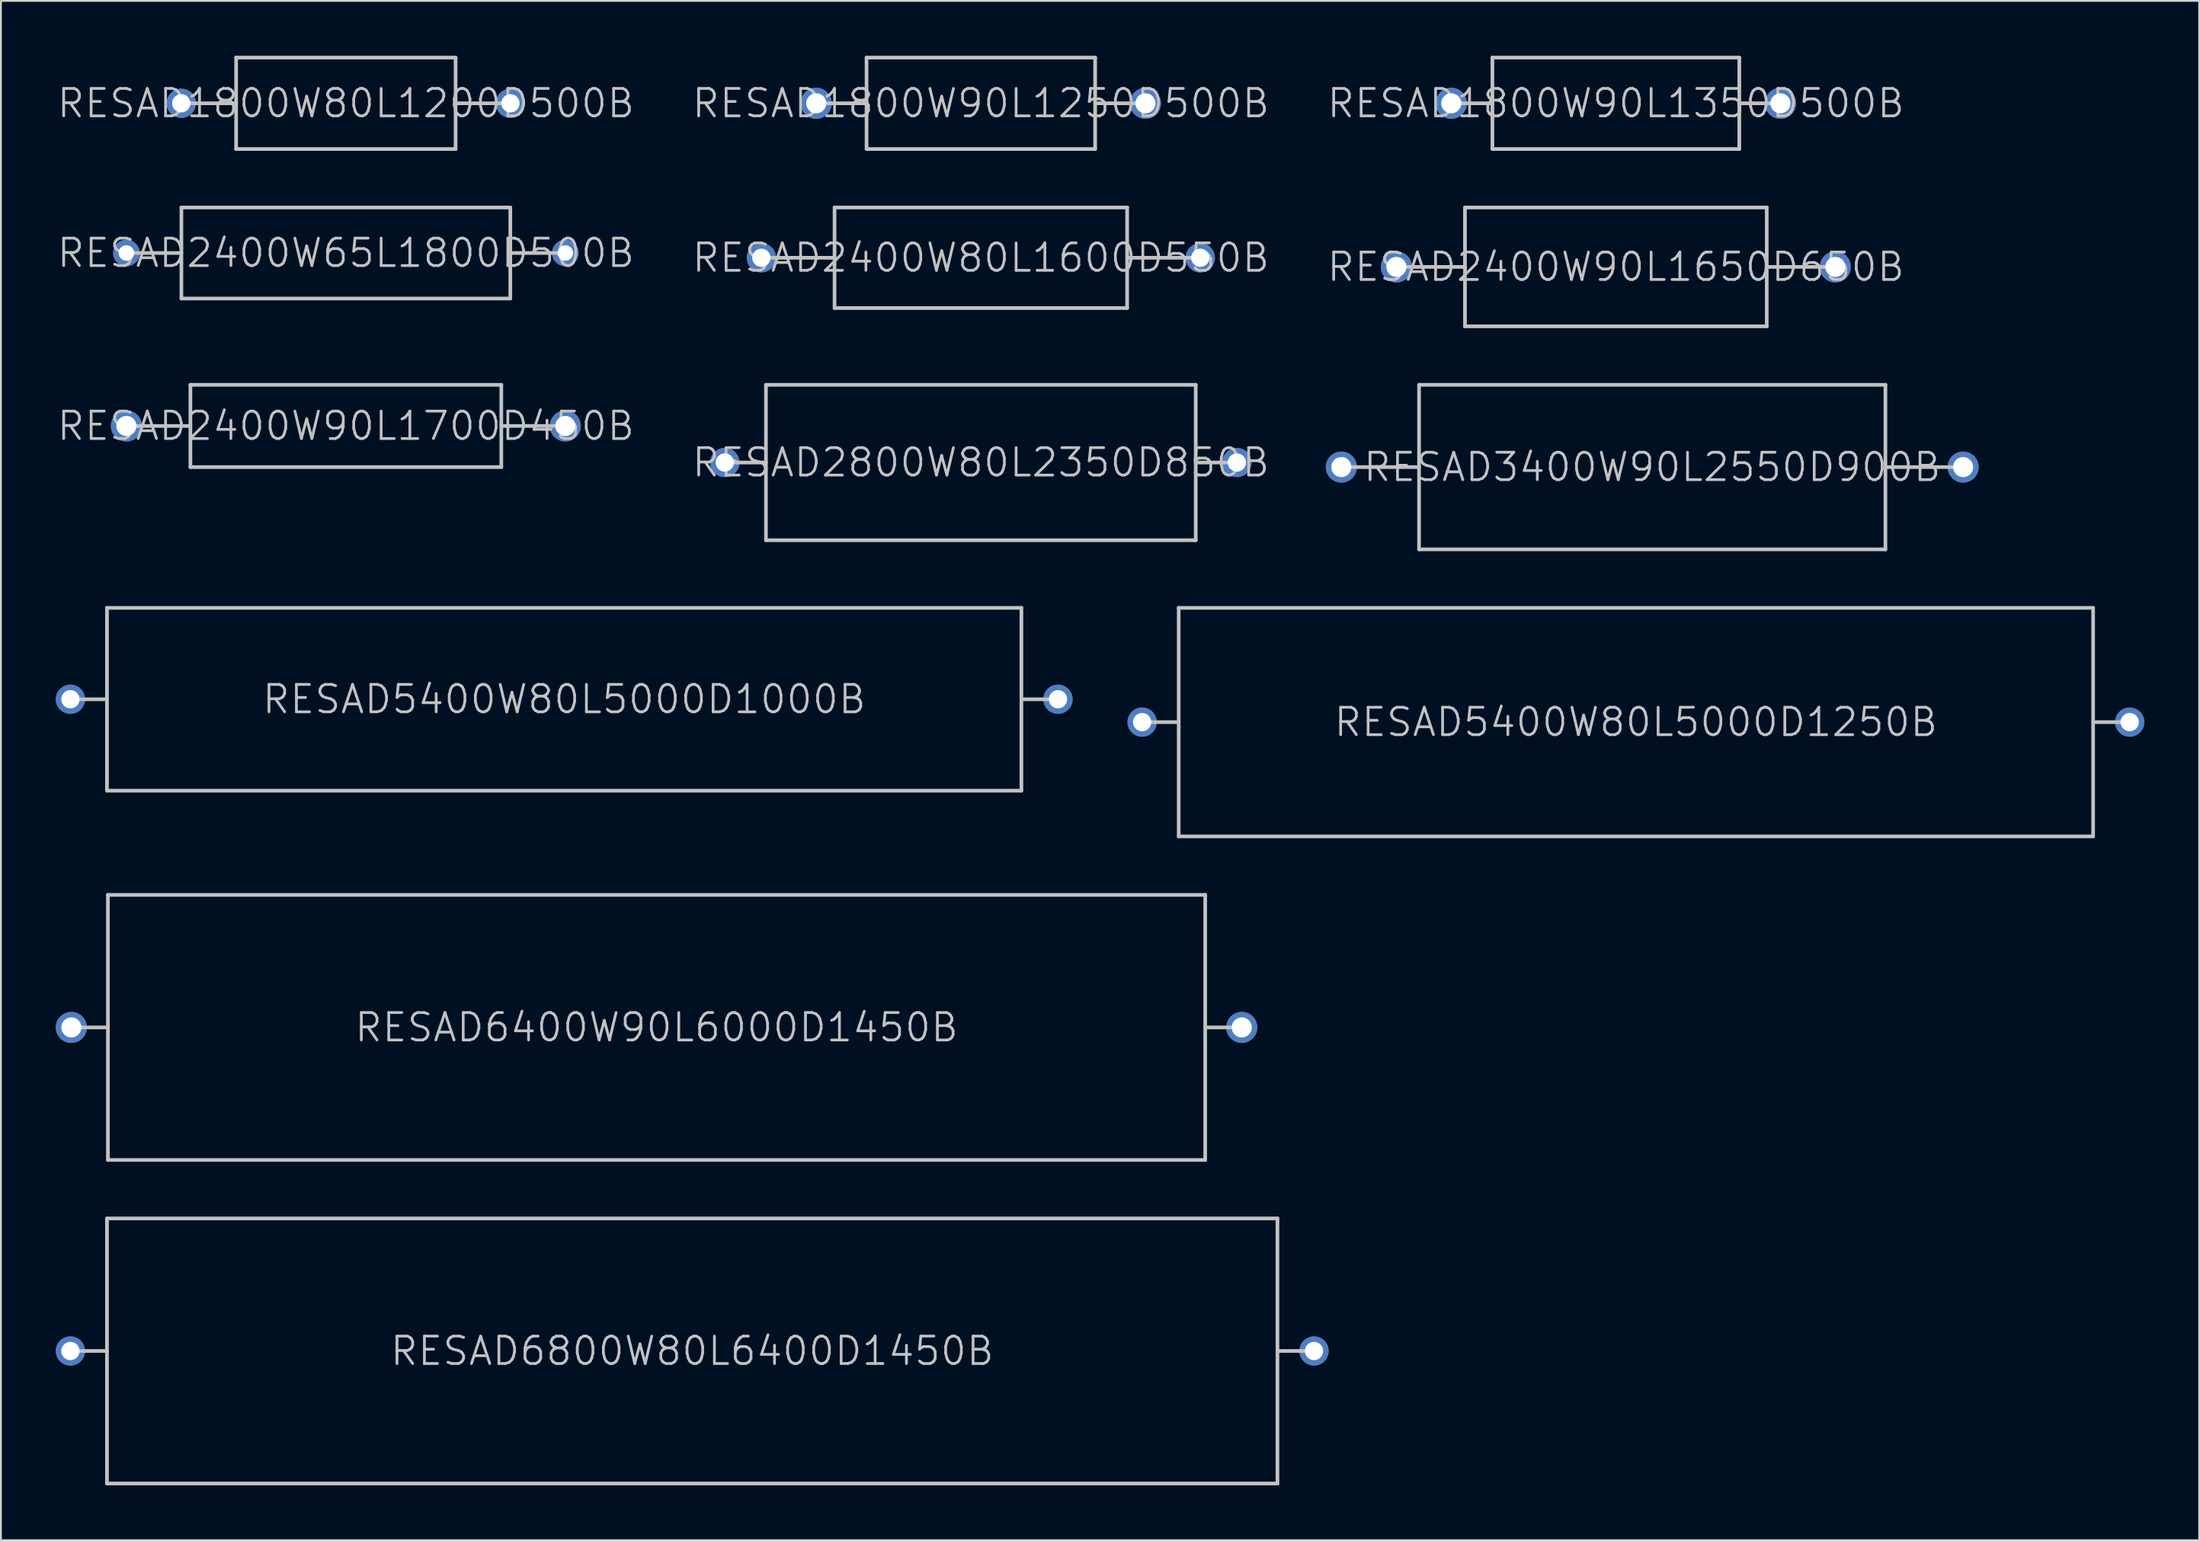
<source format=kicad_pcb>
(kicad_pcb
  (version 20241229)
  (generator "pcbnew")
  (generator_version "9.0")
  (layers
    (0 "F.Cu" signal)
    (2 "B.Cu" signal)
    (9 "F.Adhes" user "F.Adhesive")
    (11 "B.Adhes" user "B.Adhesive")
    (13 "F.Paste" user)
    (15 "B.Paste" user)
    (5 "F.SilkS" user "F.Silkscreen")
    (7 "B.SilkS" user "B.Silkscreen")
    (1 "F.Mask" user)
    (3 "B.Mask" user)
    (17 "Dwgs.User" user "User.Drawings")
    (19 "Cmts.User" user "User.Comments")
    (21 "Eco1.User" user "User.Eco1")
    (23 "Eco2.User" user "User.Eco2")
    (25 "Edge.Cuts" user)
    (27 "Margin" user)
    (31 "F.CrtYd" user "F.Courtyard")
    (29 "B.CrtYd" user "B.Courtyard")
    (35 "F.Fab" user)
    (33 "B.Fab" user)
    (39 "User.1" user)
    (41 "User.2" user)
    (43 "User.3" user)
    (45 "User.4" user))
  (footprint "RESAD6400W90L6000D1450B"
    (layer "F.Cu")
    (at 32.85 53.15)
    (property "Reference" "RESAD6400W90L6000D1450B" (at 0 0 0) (layer "Dwgs.User") (effects (font (size 1.5 1.5) (thickness 0.15))))
    (attr through_hole)
    (fp_line (start -32 0) (end -30 0) (stroke (width 0.2) (type solid)) (layer "Dwgs.User"))
    (fp_line (start -30 -7.25) (end -30 7.25) (stroke (width 0.2) (type solid)) (layer "Dwgs.User"))
    (fp_line (start -30 -7.25) (end 30 -7.25) (stroke (width 0.2) (type solid)) (layer "Dwgs.User"))
    (fp_line (start -30 7.25) (end 30 7.25) (stroke (width 0.2) (type solid)) (layer "Dwgs.User"))
    (fp_line (start 30 -7.25) (end 30 7.25) (stroke (width 0.2) (type solid)) (layer "Dwgs.User"))
    (fp_line (start 32 0) (end 30 0) (stroke (width 0.2) (type solid)) (layer "Dwgs.User"))
    (pad "1" thru_hole circle (at -32 0) (size 1.7 1.7) (drill 1.1) (layers "*.Cu" "*.Mask"))
    (pad "2" thru_hole circle (at 32 0) (size 1.7 1.7) (drill 1.1) (layers "*.Cu" "*.Mask")))
  (footprint "RESAD2400W80L1600D550B"
    (layer "F.Cu")
    (at 50.582 11.05)
    (property "Reference" "RESAD2400W80L1600D550B" (at 0 0 0) (layer "Dwgs.User") (effects (font (size 1.5 1.5) (thickness 0.15))))
    (attr through_hole)
    (fp_line (start -12 0) (end -8 0) (stroke (width 0.2) (type solid)) (layer "Dwgs.User"))
    (fp_line (start -8 -2.75) (end -8 2.75) (stroke (width 0.2) (type solid)) (layer "Dwgs.User"))
    (fp_line (start -8 -2.75) (end 8 -2.75) (stroke (width 0.2) (type solid)) (layer "Dwgs.User"))
    (fp_line (start -8 2.75) (end 8 2.75) (stroke (width 0.2) (type solid)) (layer "Dwgs.User"))
    (fp_line (start 8 -2.75) (end 8 2.75) (stroke (width 0.2) (type solid)) (layer "Dwgs.User"))
    (fp_line (start 12 0) (end 8 0) (stroke (width 0.2) (type solid)) (layer "Dwgs.User"))
    (pad "1" thru_hole circle (at -12 0) (size 1.6 1.6) (drill 1) (layers "*.Cu" "*.Mask"))
    (pad "2" thru_hole circle (at 12 0) (size 1.6 1.6) (drill 1) (layers "*.Cu" "*.Mask")))
  (footprint "RESAD2800W80L2350D850B"
    (layer "F.Cu")
    (at 50.582 22.25)
    (property "Reference" "RESAD2800W80L2350D850B" (at 0 0 0) (layer "Dwgs.User") (effects (font (size 1.5 1.5) (thickness 0.15))))
    (attr through_hole)
    (fp_line (start -14 0) (end -11.75 0) (stroke (width 0.2) (type solid)) (layer "Dwgs.User"))
    (fp_line (start -11.75 -4.25) (end -11.75 4.25) (stroke (width 0.2) (type solid)) (layer "Dwgs.User"))
    (fp_line (start -11.75 -4.25) (end 11.75 -4.25) (stroke (width 0.2) (type solid)) (layer "Dwgs.User"))
    (fp_line (start -11.75 4.25) (end 11.75 4.25) (stroke (width 0.2) (type solid)) (layer "Dwgs.User"))
    (fp_line (start 11.75 -4.25) (end 11.75 4.25) (stroke (width 0.2) (type solid)) (layer "Dwgs.User"))
    (fp_line (start 14 0) (end 11.75 0) (stroke (width 0.2) (type solid)) (layer "Dwgs.User"))
    (pad "1" thru_hole circle (at -14 0) (size 1.6 1.6) (drill 1) (layers "*.Cu" "*.Mask"))
    (pad "2" thru_hole circle (at 14 0) (size 1.6 1.6) (drill 1) (layers "*.Cu" "*.Mask")))
  (footprint "RESAD2400W65L1800D500B"
    (layer "F.Cu")
    (at 15.861 10.789)
    (property "Reference" "RESAD2400W65L1800D500B" (at 0 0 0) (layer "Dwgs.User") (effects (font (size 1.5 1.5) (thickness 0.15))))
    (attr through_hole)
    (fp_line (start -11.989 0) (end -8.992 0) (stroke (width 0.2) (type solid)) (layer "Dwgs.User"))
    (fp_line (start -8.992 -2.489) (end -8.992 2.489) (stroke (width 0.2) (type solid)) (layer "Dwgs.User"))
    (fp_line (start -8.992 -2.489) (end 8.992 -2.489) (stroke (width 0.2) (type solid)) (layer "Dwgs.User"))
    (fp_line (start -8.992 2.489) (end 8.992 2.489) (stroke (width 0.2) (type solid)) (layer "Dwgs.User"))
    (fp_line (start 8.992 -2.489) (end 8.992 2.489) (stroke (width 0.2) (type solid)) (layer "Dwgs.User"))
    (fp_line (start 11.989 0) (end 8.992 0) (stroke (width 0.2) (type solid)) (layer "Dwgs.User"))
    (pad "1" thru_hole circle (at -12 0) (size 1.45 1.45) (drill 0.85) (layers "*.Cu" "*.Mask"))
    (pad "2" thru_hole circle (at 12 0) (size 1.45 1.45) (drill 0.85) (layers "*.Cu" "*.Mask")))
  (footprint "RESAD6800W80L6400D1450B"
    (layer "F.Cu")
    (at 34.8 70.85)
    (property "Reference" "RESAD6800W80L6400D1450B" (at 0 0 0) (layer "Dwgs.User") (effects (font (size 1.5 1.5) (thickness 0.15))))
    (attr through_hole)
    (fp_line (start -34 0) (end -32 0) (stroke (width 0.2) (type solid)) (layer "Dwgs.User"))
    (fp_line (start -32 -7.25) (end -32 7.25) (stroke (width 0.2) (type solid)) (layer "Dwgs.User"))
    (fp_line (start -32 -7.25) (end 32 -7.25) (stroke (width 0.2) (type solid)) (layer "Dwgs.User"))
    (fp_line (start -32 7.25) (end 32 7.25) (stroke (width 0.2) (type solid)) (layer "Dwgs.User"))
    (fp_line (start 32 -7.25) (end 32 7.25) (stroke (width 0.2) (type solid)) (layer "Dwgs.User"))
    (fp_line (start 34 0) (end 32 0) (stroke (width 0.2) (type solid)) (layer "Dwgs.User"))
    (pad "1" thru_hole circle (at -34 0) (size 1.6 1.6) (drill 1) (layers "*.Cu" "*.Mask"))
    (pad "2" thru_hole circle (at 34 0) (size 1.6 1.6) (drill 1) (layers "*.Cu" "*.Mask")))
  (footprint "RESAD2400W90L1650D650B"
    (layer "F.Cu")
    (at 85.304 11.55)
    (property "Reference" "RESAD2400W90L1650D650B" (at 0 0 0) (layer "Dwgs.User") (effects (font (size 1.5 1.5) (thickness 0.15))))
    (attr through_hole)
    (fp_line (start -12 0) (end -8.25 0) (stroke (width 0.2) (type solid)) (layer "Dwgs.User"))
    (fp_line (start -8.25 -3.25) (end -8.25 3.25) (stroke (width 0.2) (type solid)) (layer "Dwgs.User"))
    (fp_line (start -8.25 -3.25) (end 8.25 -3.25) (stroke (width 0.2) (type solid)) (layer "Dwgs.User"))
    (fp_line (start -8.25 3.25) (end 8.25 3.25) (stroke (width 0.2) (type solid)) (layer "Dwgs.User"))
    (fp_line (start 8.25 -3.25) (end 8.25 3.25) (stroke (width 0.2) (type solid)) (layer "Dwgs.User"))
    (fp_line (start 12 0) (end 8.25 0) (stroke (width 0.2) (type solid)) (layer "Dwgs.User"))
    (pad "1" thru_hole circle (at -12 0) (size 1.7 1.7) (drill 1.1) (layers "*.Cu" "*.Mask"))
    (pad "2" thru_hole circle (at 12 0) (size 1.7 1.7) (drill 1.1) (layers "*.Cu" "*.Mask")))
  (footprint "RESAD1800W80L1200D500B"
    (layer "F.Cu")
    (at 15.861 2.6)
    (property "Reference" "RESAD1800W80L1200D500B" (at 0 0 0) (layer "Dwgs.User") (effects (font (size 1.5 1.5) (thickness 0.15))))
    (attr through_hole)
    (fp_line (start -9 0) (end -6 0) (stroke (width 0.2) (type solid)) (layer "Dwgs.User"))
    (fp_line (start -6 -2.5) (end -6 2.5) (stroke (width 0.2) (type solid)) (layer "Dwgs.User"))
    (fp_line (start -6 -2.5) (end 6 -2.5) (stroke (width 0.2) (type solid)) (layer "Dwgs.User"))
    (fp_line (start -6 2.5) (end 6 2.5) (stroke (width 0.2) (type solid)) (layer "Dwgs.User"))
    (fp_line (start 6 -2.5) (end 6 2.5) (stroke (width 0.2) (type solid)) (layer "Dwgs.User"))
    (fp_line (start 9 0) (end 6 0) (stroke (width 0.2) (type solid)) (layer "Dwgs.User"))
    (pad "1" thru_hole circle (at -9 0) (size 1.6 1.6) (drill 1) (layers "*.Cu" "*.Mask"))
    (pad "2" thru_hole circle (at 9 0) (size 1.6 1.6) (drill 1) (layers "*.Cu" "*.Mask")))
  (footprint "RESAD3400W90L2550D900B"
    (layer "F.Cu")
    (at 87.293 22.5)
    (property "Reference" "RESAD3400W90L2550D900B" (at 0 0 0) (layer "Dwgs.User") (effects (font (size 1.5 1.5) (thickness 0.15))))
    (attr through_hole)
    (fp_line (start -17 0) (end -12.75 0) (stroke (width 0.2) (type solid)) (layer "Dwgs.User"))
    (fp_line (start -12.75 -4.5) (end -12.75 4.5) (stroke (width 0.2) (type solid)) (layer "Dwgs.User"))
    (fp_line (start -12.75 -4.5) (end 12.75 -4.5) (stroke (width 0.2) (type solid)) (layer "Dwgs.User"))
    (fp_line (start -12.75 4.5) (end 12.75 4.5) (stroke (width 0.2) (type solid)) (layer "Dwgs.User"))
    (fp_line (start 12.75 -4.5) (end 12.75 4.5) (stroke (width 0.2) (type solid)) (layer "Dwgs.User"))
    (fp_line (start 17 0) (end 12.75 0) (stroke (width 0.2) (type solid)) (layer "Dwgs.User"))
    (pad "1" thru_hole circle (at -17 0) (size 1.7 1.7) (drill 1.1) (layers "*.Cu" "*.Mask"))
    (pad "2" thru_hole circle (at 17 0) (size 1.7 1.7) (drill 1.1) (layers "*.Cu" "*.Mask")))
  (footprint "RESAD5400W80L5000D1000B"
    (layer "F.Cu")
    (at 27.8 35.2)
    (property "Reference" "RESAD5400W80L5000D1000B" (at 0 0 0) (layer "Dwgs.User") (effects (font (size 1.5 1.5) (thickness 0.15))))
    (attr through_hole)
    (fp_line (start -27 0) (end -25 0) (stroke (width 0.2) (type solid)) (layer "Dwgs.User"))
    (fp_line (start -25 -5) (end -25 5) (stroke (width 0.2) (type solid)) (layer "Dwgs.User"))
    (fp_line (start -25 -5) (end 25 -5) (stroke (width 0.2) (type solid)) (layer "Dwgs.User"))
    (fp_line (start -25 5) (end 25 5) (stroke (width 0.2) (type solid)) (layer "Dwgs.User"))
    (fp_line (start 25 -5) (end 25 5) (stroke (width 0.2) (type solid)) (layer "Dwgs.User"))
    (fp_line (start 27 0) (end 25 0) (stroke (width 0.2) (type solid)) (layer "Dwgs.User"))
    (pad "1" thru_hole circle (at -27 0) (size 1.6 1.6) (drill 1) (layers "*.Cu" "*.Mask"))
    (pad "2" thru_hole circle (at 27 0) (size 1.6 1.6) (drill 1) (layers "*.Cu" "*.Mask")))
  (footprint "RESAD2400W90L1700D450B"
    (layer "F.Cu")
    (at 15.861 20.25)
    (property "Reference" "RESAD2400W90L1700D450B" (at 0 0 0) (layer "Dwgs.User") (effects (font (size 1.5 1.5) (thickness 0.15))))
    (attr through_hole)
    (fp_line (start -12 0) (end -8.5 0) (stroke (width 0.2) (type solid)) (layer "Dwgs.User"))
    (fp_line (start -8.5 -2.25) (end -8.5 2.25) (stroke (width 0.2) (type solid)) (layer "Dwgs.User"))
    (fp_line (start -8.5 -2.25) (end 8.5 -2.25) (stroke (width 0.2) (type solid)) (layer "Dwgs.User"))
    (fp_line (start -8.5 2.25) (end 8.5 2.25) (stroke (width 0.2) (type solid)) (layer "Dwgs.User"))
    (fp_line (start 8.5 -2.25) (end 8.5 2.25) (stroke (width 0.2) (type solid)) (layer "Dwgs.User"))
    (fp_line (start 12 0) (end 8.5 0) (stroke (width 0.2) (type solid)) (layer "Dwgs.User"))
    (pad "1" thru_hole circle (at -12 0) (size 1.7 1.7) (drill 1.1) (layers "*.Cu" "*.Mask"))
    (pad "2" thru_hole circle (at 12 0) (size 1.7 1.7) (drill 1.1) (layers "*.Cu" "*.Mask")))
  (footprint "RESAD1800W90L1350D500B"
    (layer "F.Cu")
    (at 85.304 2.6)
    (property "Reference" "RESAD1800W90L1350D500B" (at 0 0 0) (layer "Dwgs.User") (effects (font (size 1.5 1.5) (thickness 0.15))))
    (attr through_hole)
    (fp_line (start -9 0) (end -6.75 0) (stroke (width 0.2) (type solid)) (layer "Dwgs.User"))
    (fp_line (start -6.75 -2.5) (end -6.75 2.5) (stroke (width 0.2) (type solid)) (layer "Dwgs.User"))
    (fp_line (start -6.75 -2.5) (end 6.75 -2.5) (stroke (width 0.2) (type solid)) (layer "Dwgs.User"))
    (fp_line (start -6.75 2.5) (end 6.75 2.5) (stroke (width 0.2) (type solid)) (layer "Dwgs.User"))
    (fp_line (start 6.75 -2.5) (end 6.75 2.5) (stroke (width 0.2) (type solid)) (layer "Dwgs.User"))
    (fp_line (start 9 0) (end 6.75 0) (stroke (width 0.2) (type solid)) (layer "Dwgs.User"))
    (pad "1" thru_hole circle (at -9 0) (size 1.7 1.7) (drill 1.1) (layers "*.Cu" "*.Mask"))
    (pad "2" thru_hole circle (at 9 0) (size 1.7 1.7) (drill 1.1) (layers "*.Cu" "*.Mask")))
  (footprint "RESAD1800W90L1250D500B"
    (layer "F.Cu")
    (at 50.582 2.6)
    (property "Reference" "RESAD1800W90L1250D500B" (at 0 0 0) (layer "Dwgs.User") (effects (font (size 1.5 1.5) (thickness 0.15))))
    (attr through_hole)
    (fp_line (start -9 0) (end -6.25 0) (stroke (width 0.2) (type solid)) (layer "Dwgs.User"))
    (fp_line (start -6.25 -2.5) (end -6.25 2.5) (stroke (width 0.2) (type solid)) (layer "Dwgs.User"))
    (fp_line (start -6.25 -2.5) (end 6.25 -2.5) (stroke (width 0.2) (type solid)) (layer "Dwgs.User"))
    (fp_line (start -6.25 2.5) (end 6.25 2.5) (stroke (width 0.2) (type solid)) (layer "Dwgs.User"))
    (fp_line (start 6.25 -2.5) (end 6.25 2.5) (stroke (width 0.2) (type solid)) (layer "Dwgs.User"))
    (fp_line (start 9 0) (end 6.25 0) (stroke (width 0.2) (type solid)) (layer "Dwgs.User"))
    (pad "1" thru_hole circle (at -9 0) (size 1.7 1.7) (drill 1.1) (layers "*.Cu" "*.Mask"))
    (pad "2" thru_hole circle (at 9 0) (size 1.7 1.7) (drill 1.1) (layers "*.Cu" "*.Mask")))
  (footprint "RESAD5400W80L5000D1250B"
    (layer "F.Cu")
    (at 86.4 36.45)
    (property "Reference" "RESAD5400W80L5000D1250B" (at 0 0 0) (layer "Dwgs.User") (effects (font (size 1.5 1.5) (thickness 0.15))))
    (attr through_hole)
    (fp_line (start -27 0) (end -25 0) (stroke (width 0.2) (type solid)) (layer "Dwgs.User"))
    (fp_line (start -25 -6.25) (end -25 6.25) (stroke (width 0.2) (type solid)) (layer "Dwgs.User"))
    (fp_line (start -25 -6.25) (end 25 -6.25) (stroke (width 0.2) (type solid)) (layer "Dwgs.User"))
    (fp_line (start -25 6.25) (end 25 6.25) (stroke (width 0.2) (type solid)) (layer "Dwgs.User"))
    (fp_line (start 25 -6.25) (end 25 6.25) (stroke (width 0.2) (type solid)) (layer "Dwgs.User"))
    (fp_line (start 27 0) (end 25 0) (stroke (width 0.2) (type solid)) (layer "Dwgs.User"))
    (pad "1" thru_hole circle (at -27 0) (size 1.6 1.6) (drill 1) (layers "*.Cu" "*.Mask"))
    (pad "2" thru_hole circle (at 27 0) (size 1.6 1.6) (drill 1) (layers "*.Cu" "*.Mask")))
  (gr_rect
    (start -3 -3)
    (end 117.2 81.2)
    (stroke (width 0.1) (type default))
    (fill no)
    (layer "Edge.Cuts")))
</source>
